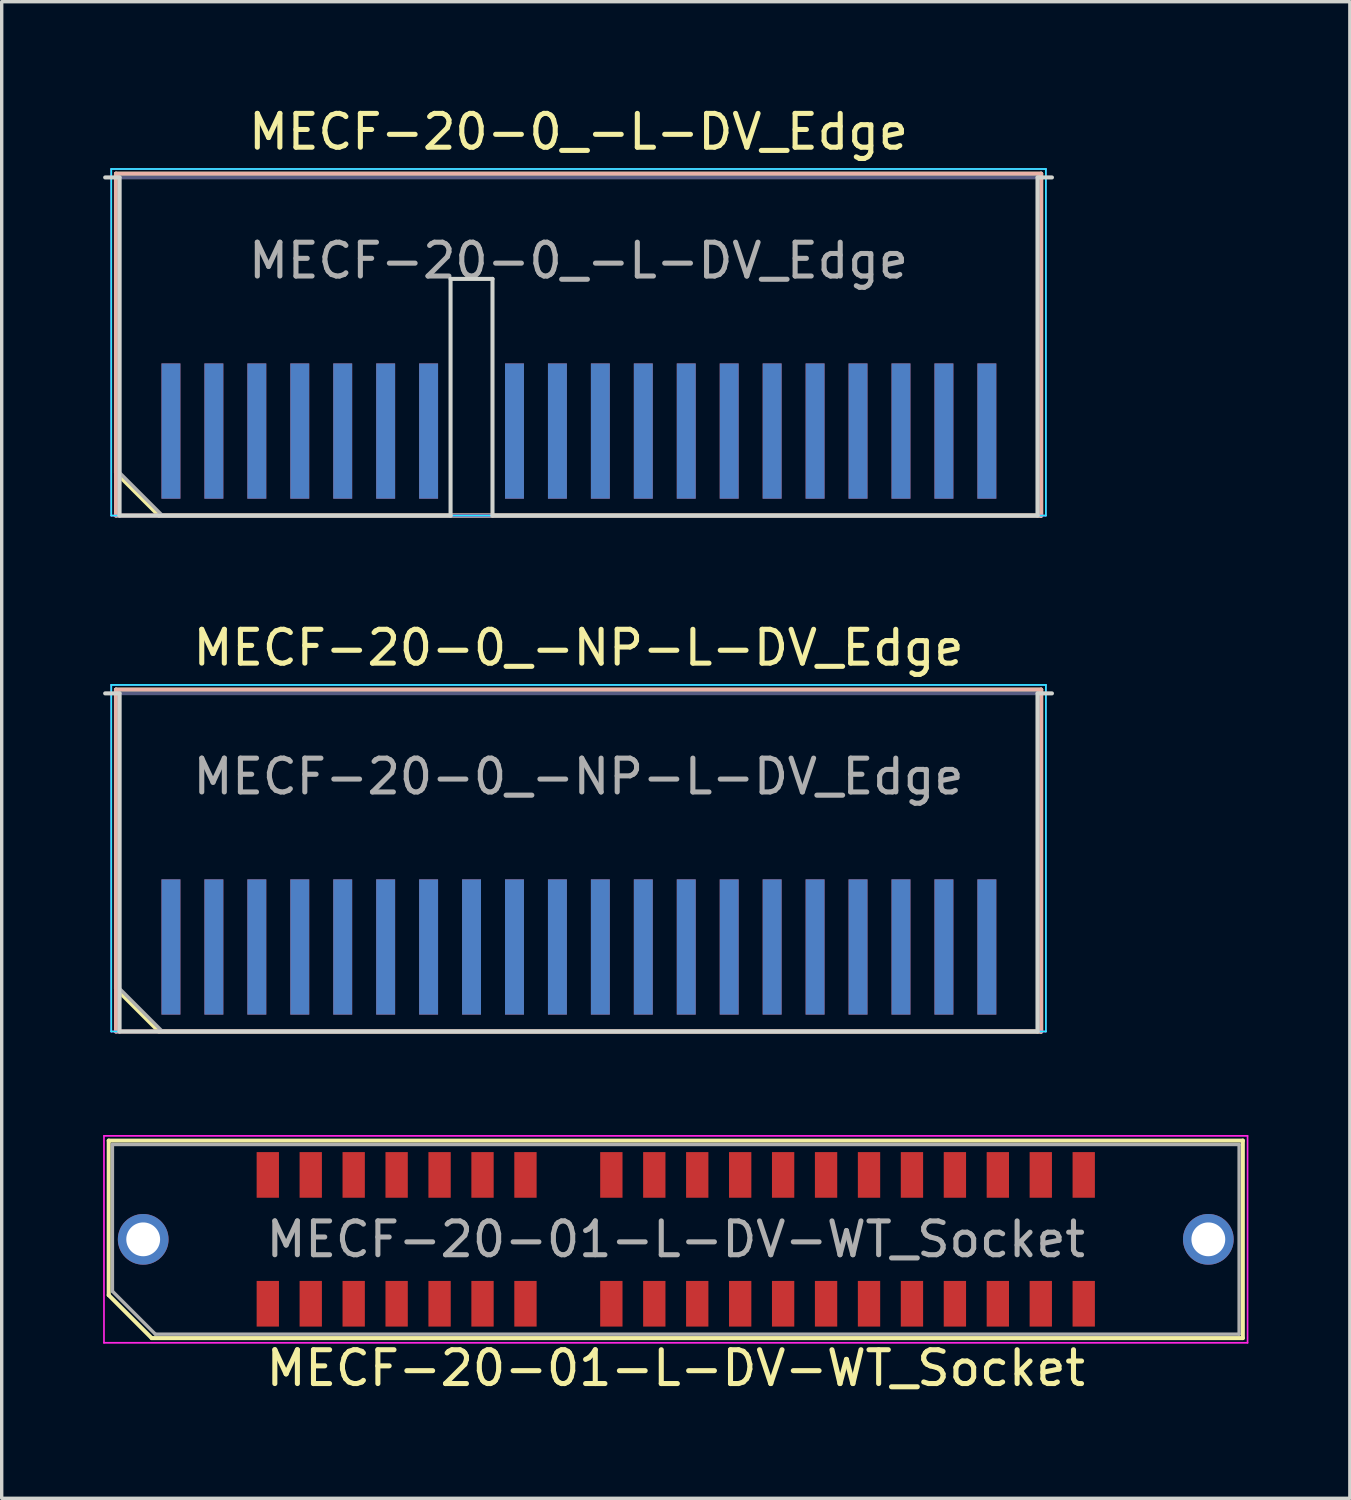
<source format=kicad_pcb>
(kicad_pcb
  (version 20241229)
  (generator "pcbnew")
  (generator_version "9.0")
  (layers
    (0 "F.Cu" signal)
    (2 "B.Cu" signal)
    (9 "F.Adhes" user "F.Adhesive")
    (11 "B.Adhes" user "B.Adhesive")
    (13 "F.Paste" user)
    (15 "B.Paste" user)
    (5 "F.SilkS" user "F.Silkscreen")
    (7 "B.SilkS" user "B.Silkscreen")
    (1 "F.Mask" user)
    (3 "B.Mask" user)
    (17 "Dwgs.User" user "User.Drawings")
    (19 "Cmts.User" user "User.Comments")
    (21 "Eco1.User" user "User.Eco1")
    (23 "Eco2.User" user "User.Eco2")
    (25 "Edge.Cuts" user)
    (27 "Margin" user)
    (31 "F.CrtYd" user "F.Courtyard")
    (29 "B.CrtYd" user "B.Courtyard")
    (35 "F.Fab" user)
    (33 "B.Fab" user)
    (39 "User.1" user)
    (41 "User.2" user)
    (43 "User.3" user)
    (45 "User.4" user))
  (footprint "MECF-20-0_-NP-L-DV_Edge"
    (layer "F.Cu")
    (at 14.06 22.456)
    (property "Reference" "MECF-20-0_-NP-L-DV_Edge" (at 0 -6.35 0) (layer "F.SilkS") (effects (font (size 1 1) (thickness 0.15))))
    (attr exclude_from_pos_files exclude_from_bom)
    (fp_line (start -13.68 -5.11) (end 13.68 -5.11) (stroke (width 0.12) (type solid)) (layer "F.SilkS"))
    (fp_line (start -13.68 3.73) (end -13.68 -5.11) (stroke (width 0.12) (type solid)) (layer "F.SilkS"))
    (fp_line (start -12.41 5) (end -13.68 3.73) (stroke (width 0.12) (type solid)) (layer "F.SilkS"))
    (fp_line (start -12.41 5) (end 13.68 5) (stroke (width 0.12) (type solid)) (layer "F.SilkS"))
    (fp_line (start 13.68 5) (end 13.68 -5.11) (stroke (width 0.12) (type solid)) (layer "F.SilkS"))
    (fp_line (start -13.68 -5.11) (end 13.68 -5.11) (stroke (width 0.12) (type solid)) (layer "B.SilkS"))
    (fp_line (start -13.68 5) (end -13.68 -5.11) (stroke (width 0.12) (type solid)) (layer "B.SilkS"))
    (fp_line (start -13.68 5) (end 13.68 5) (stroke (width 0.12) (type solid)) (layer "B.SilkS"))
    (fp_line (start 13.68 5) (end 13.68 -5.11) (stroke (width 0.12) (type solid)) (layer "B.SilkS"))
    (fp_line (start -14 -5) (end -13.575 -5) (stroke (width 0.12) (type solid)) (layer "Edge.Cuts"))
    (fp_line (start -13.575 5) (end -13.575 -5) (stroke (width 0.12) (type solid)) (layer "Edge.Cuts"))
    (fp_line (start -13.575 5) (end 13.575 5) (stroke (width 0.12) (type solid)) (layer "Edge.Cuts"))
    (fp_line (start 13.575 5) (end 13.575 -5) (stroke (width 0.12) (type solid)) (layer "Edge.Cuts"))
    (fp_line (start 14 -5) (end 13.575 -5) (stroke (width 0.12) (type solid)) (layer "Edge.Cuts"))
    (fp_line (start -13.82 -5.25) (end -13.82 5) (stroke (width 0.05) (type solid)) (layer "B.CrtYd"))
    (fp_line (start -13.82 5) (end 13.82 5) (stroke (width 0.05) (type solid)) (layer "B.CrtYd"))
    (fp_line (start 13.82 -5.25) (end -13.82 -5.25) (stroke (width 0.05) (type solid)) (layer "B.CrtYd"))
    (fp_line (start 13.82 5) (end 13.82 -5.25) (stroke (width 0.05) (type solid)) (layer "B.CrtYd"))
    (fp_line (start -13.82 -5.25) (end -13.82 5) (stroke (width 0.05) (type solid)) (layer "F.CrtYd"))
    (fp_line (start -13.82 5) (end 13.82 5) (stroke (width 0.05) (type solid)) (layer "F.CrtYd"))
    (fp_line (start 13.82 -5.25) (end -13.82 -5.25) (stroke (width 0.05) (type solid)) (layer "F.CrtYd"))
    (fp_line (start 13.82 5) (end 13.82 -5.25) (stroke (width 0.05) (type solid)) (layer "F.CrtYd"))
    (fp_line (start -13.575 -5) (end 13.575 -5) (stroke (width 0.1) (type solid)) (layer "B.Fab"))
    (fp_line (start -13.575 5) (end -13.575 -5) (stroke (width 0.1) (type solid)) (layer "B.Fab"))
    (fp_line (start -13.575 5) (end 13.575 5) (stroke (width 0.1) (type solid)) (layer "B.Fab"))
    (fp_line (start 13.575 5) (end 13.575 -5) (stroke (width 0.1) (type solid)) (layer "B.Fab"))
    (fp_line (start -13.575 -5) (end 13.575 -5) (stroke (width 0.1) (type solid)) (layer "F.Fab"))
    (fp_line (start -13.575 3.73) (end -13.575 -5) (stroke (width 0.1) (type solid)) (layer "F.Fab"))
    (fp_line (start -13.575 3.73) (end -12.305 5) (stroke (width 0.1) (type solid)) (layer "F.Fab"))
    (fp_line (start -12.305 5) (end 13.575 5) (stroke (width 0.1) (type solid)) (layer "F.Fab"))
    (fp_line (start 13.575 5) (end 13.575 -5) (stroke (width 0.1) (type solid)) (layer "F.Fab"))
    (fp_text user "${REFERENCE}" (at 0 -2.54 0) (layer "F.Fab") (effects (font (size 1 1) (thickness 0.15))))
    (pad "1" smd rect (at -12.055 2.5) (size 0.56 4) (layers "F.Cu" "F.Mask" "F.Paste"))
    (pad "2" smd rect (at -12.055 2.5) (size 0.56 4) (layers "B.Cu" "B.Mask" "B.Paste"))
    (pad "3" smd rect (at -10.785 2.5) (size 0.56 4) (layers "F.Cu" "F.Mask" "F.Paste"))
    (pad "4" smd rect (at -10.785 2.5) (size 0.56 4) (layers "B.Cu" "B.Mask" "B.Paste"))
    (pad "5" smd rect (at -9.515 2.5) (size 0.56 4) (layers "F.Cu" "F.Mask" "F.Paste"))
    (pad "6" smd rect (at -9.515 2.5) (size 0.56 4) (layers "B.Cu" "B.Mask" "B.Paste"))
    (pad "7" smd rect (at -8.245 2.5) (size 0.56 4) (layers "F.Cu" "F.Mask" "F.Paste"))
    (pad "8" smd rect (at -8.245 2.5) (size 0.56 4) (layers "B.Cu" "B.Mask" "B.Paste"))
    (pad "9" smd rect (at -6.975 2.5) (size 0.56 4) (layers "F.Cu" "F.Mask" "F.Paste"))
    (pad "10" smd rect (at -6.975 2.5) (size 0.56 4) (layers "B.Cu" "B.Mask" "B.Paste"))
    (pad "11" smd rect (at -5.705 2.5) (size 0.56 4) (layers "F.Cu" "F.Mask" "F.Paste"))
    (pad "12" smd rect (at -5.705 2.5) (size 0.56 4) (layers "B.Cu" "B.Mask" "B.Paste"))
    (pad "13" smd rect (at -4.435 2.5) (size 0.56 4) (layers "F.Cu" "F.Mask" "F.Paste"))
    (pad "14" smd rect (at -4.435 2.5) (size 0.56 4) (layers "B.Cu" "B.Mask" "B.Paste"))
    (pad "15" smd rect (at -3.165 2.5) (size 0.56 4) (layers "F.Cu" "F.Mask" "F.Paste"))
    (pad "16" smd rect (at -3.165 2.5) (size 0.56 4) (layers "B.Cu" "B.Mask" "B.Paste"))
    (pad "17" smd rect (at -1.895 2.5) (size 0.56 4) (layers "F.Cu" "F.Mask" "F.Paste"))
    (pad "18" smd rect (at -1.895 2.5) (size 0.56 4) (layers "B.Cu" "B.Mask" "B.Paste"))
    (pad "19" smd rect (at -0.625 2.5) (size 0.56 4) (layers "F.Cu" "F.Mask" "F.Paste"))
    (pad "20" smd rect (at -0.625 2.5) (size 0.56 4) (layers "B.Cu" "B.Mask" "B.Paste"))
    (pad "21" smd rect (at 0.645 2.5) (size 0.56 4) (layers "F.Cu" "F.Mask" "F.Paste"))
    (pad "22" smd rect (at 0.645 2.5) (size 0.56 4) (layers "B.Cu" "B.Mask" "B.Paste"))
    (pad "23" smd rect (at 1.915 2.5) (size 0.56 4) (layers "F.Cu" "F.Mask" "F.Paste"))
    (pad "24" smd rect (at 1.915 2.5) (size 0.56 4) (layers "B.Cu" "B.Mask" "B.Paste"))
    (pad "25" smd rect (at 3.185 2.5) (size 0.56 4) (layers "F.Cu" "F.Mask" "F.Paste"))
    (pad "26" smd rect (at 3.185 2.5) (size 0.56 4) (layers "B.Cu" "B.Mask" "B.Paste"))
    (pad "27" smd rect (at 4.455 2.5) (size 0.56 4) (layers "F.Cu" "F.Mask" "F.Paste"))
    (pad "28" smd rect (at 4.455 2.5) (size 0.56 4) (layers "B.Cu" "B.Mask" "B.Paste"))
    (pad "29" smd rect (at 5.725 2.5) (size 0.56 4) (layers "F.Cu" "F.Mask" "F.Paste"))
    (pad "30" smd rect (at 5.725 2.5) (size 0.56 4) (layers "B.Cu" "B.Mask" "B.Paste"))
    (pad "31" smd rect (at 6.995 2.5) (size 0.56 4) (layers "F.Cu" "F.Mask" "F.Paste"))
    (pad "32" smd rect (at 6.995 2.5) (size 0.56 4) (layers "B.Cu" "B.Mask" "B.Paste"))
    (pad "33" smd rect (at 8.265 2.5) (size 0.56 4) (layers "F.Cu" "F.Mask" "F.Paste"))
    (pad "34" smd rect (at 8.265 2.5) (size 0.56 4) (layers "B.Cu" "B.Mask" "B.Paste"))
    (pad "35" smd rect (at 9.535 2.5) (size 0.56 4) (layers "F.Cu" "F.Mask" "F.Paste"))
    (pad "36" smd rect (at 9.535 2.5) (size 0.56 4) (layers "B.Cu" "B.Mask" "B.Paste"))
    (pad "37" smd rect (at 10.805 2.5) (size 0.56 4) (layers "F.Cu" "F.Mask" "F.Paste"))
    (pad "38" smd rect (at 10.805 2.5) (size 0.56 4) (layers "B.Cu" "B.Mask" "B.Paste"))
    (pad "39" smd rect (at 12.075 2.5) (size 0.56 4) (layers "F.Cu" "F.Mask" "F.Paste"))
    (pad "40" smd rect (at 12.075 2.5) (size 0.56 4) (layers "B.Cu" "B.Mask" "B.Paste")))
  (footprint "MECF-20-01-L-DV-WT_Socket"
    (layer "F.Cu")
    (at 16.935 33.602)
    (property "Reference" "MECF-20-01-L-DV-WT_Socket" (at 0 3.81 0) (layer "F.SilkS") (effects (font (size 1 1) (thickness 0.15))))
    (attr smd)
    (fp_line (start -16.77 -2.92) (end 16.77 -2.92) (stroke (width 0.12) (type solid)) (layer "F.SilkS"))
    (fp_line (start -16.77 1.65) (end -16.77 -2.92) (stroke (width 0.12) (type solid)) (layer "F.SilkS"))
    (fp_line (start -15.5 2.92) (end -16.77 1.65) (stroke (width 0.12) (type solid)) (layer "F.SilkS"))
    (fp_line (start -15.5 2.92) (end 16.77 2.92) (stroke (width 0.12) (type solid)) (layer "F.SilkS"))
    (fp_line (start 16.77 2.92) (end 16.77 -2.92) (stroke (width 0.12) (type solid)) (layer "F.SilkS"))
    (fp_line (start -16.91 -3.06) (end -16.91 3.06) (stroke (width 0.05) (type solid)) (layer "F.CrtYd"))
    (fp_line (start -16.91 3.06) (end 16.91 3.06) (stroke (width 0.05) (type solid)) (layer "F.CrtYd"))
    (fp_line (start 16.91 -3.06) (end -16.91 -3.06) (stroke (width 0.05) (type solid)) (layer "F.CrtYd"))
    (fp_line (start 16.91 3.06) (end 16.91 -3.06) (stroke (width 0.05) (type solid)) (layer "F.CrtYd"))
    (fp_line (start -16.66 -2.805) (end 16.66 -2.805) (stroke (width 0.1) (type solid)) (layer "F.Fab"))
    (fp_line (start -16.66 1.535) (end -16.66 -2.805) (stroke (width 0.1) (type solid)) (layer "F.Fab"))
    (fp_line (start -16.66 1.535) (end -15.39 2.805) (stroke (width 0.1) (type solid)) (layer "F.Fab"))
    (fp_line (start -15.39 2.805) (end 16.66 2.805) (stroke (width 0.1) (type solid)) (layer "F.Fab"))
    (fp_line (start 16.66 2.805) (end 16.66 -2.805) (stroke (width 0.1) (type solid)) (layer "F.Fab"))
    (fp_text user "${REFERENCE}" (at 0 0 0) (layer "F.Fab") (effects (font (size 1 1) (thickness 0.15))))
    (pad "" thru_hole circle (at -15.75 0) (size 1.5 1.5) (drill 1) (layers "*.Cu" "*.Mask"))
    (pad "" np_thru_hole circle (at -13.845 0) (size 0.001 0.001) (drill 1.45) (layers "*.Cu" "*.Mask"))
    (pad "" np_thru_hole circle (at 13.845 1) (size 0.001 0.001) (drill 1.45) (layers "*.Cu" "*.Mask"))
    (pad "" thru_hole circle (at 15.75 0) (size 1.5 1.5) (drill 1) (layers "*.Cu" "*.Mask"))
    (pad "1" smd rect (at -12.065 1.905) (size 0.66 1.35) (layers "F.Cu" "F.Mask" "F.Paste"))
    (pad "2" smd rect (at -12.065 -1.905) (size 0.66 1.35) (layers "F.Cu" "F.Mask" "F.Paste"))
    (pad "3" smd rect (at -10.795 1.905) (size 0.66 1.35) (layers "F.Cu" "F.Mask" "F.Paste"))
    (pad "4" smd rect (at -10.795 -1.905) (size 0.66 1.35) (layers "F.Cu" "F.Mask" "F.Paste"))
    (pad "5" smd rect (at -9.525 1.905) (size 0.66 1.35) (layers "F.Cu" "F.Mask" "F.Paste"))
    (pad "6" smd rect (at -9.525 -1.905) (size 0.66 1.35) (layers "F.Cu" "F.Mask" "F.Paste"))
    (pad "7" smd rect (at -8.255 1.905) (size 0.66 1.35) (layers "F.Cu" "F.Mask" "F.Paste"))
    (pad "8" smd rect (at -8.255 -1.905) (size 0.66 1.35) (layers "F.Cu" "F.Mask" "F.Paste"))
    (pad "9" smd rect (at -6.985 1.905) (size 0.66 1.35) (layers "F.Cu" "F.Mask" "F.Paste"))
    (pad "10" smd rect (at -6.985 -1.905) (size 0.66 1.35) (layers "F.Cu" "F.Mask" "F.Paste"))
    (pad "11" smd rect (at -5.715 1.905) (size 0.66 1.35) (layers "F.Cu" "F.Mask" "F.Paste"))
    (pad "12" smd rect (at -5.715 -1.905) (size 0.66 1.35) (layers "F.Cu" "F.Mask" "F.Paste"))
    (pad "13" smd rect (at -4.445 1.905) (size 0.66 1.35) (layers "F.Cu" "F.Mask" "F.Paste"))
    (pad "14" smd rect (at -4.445 -1.905) (size 0.66 1.35) (layers "F.Cu" "F.Mask" "F.Paste"))
    (pad "17" smd rect (at -1.905 1.905) (size 0.66 1.35) (layers "F.Cu" "F.Mask" "F.Paste"))
    (pad "18" smd rect (at -1.905 -1.905) (size 0.66 1.35) (layers "F.Cu" "F.Mask" "F.Paste"))
    (pad "19" smd rect (at -0.635 1.905) (size 0.66 1.35) (layers "F.Cu" "F.Mask" "F.Paste"))
    (pad "20" smd rect (at -0.635 -1.905) (size 0.66 1.35) (layers "F.Cu" "F.Mask" "F.Paste"))
    (pad "21" smd rect (at 0.635 1.905) (size 0.66 1.35) (layers "F.Cu" "F.Mask" "F.Paste"))
    (pad "22" smd rect (at 0.635 -1.905) (size 0.66 1.35) (layers "F.Cu" "F.Mask" "F.Paste"))
    (pad "23" smd rect (at 1.905 1.905) (size 0.66 1.35) (layers "F.Cu" "F.Mask" "F.Paste"))
    (pad "24" smd rect (at 1.905 -1.905) (size 0.66 1.35) (layers "F.Cu" "F.Mask" "F.Paste"))
    (pad "25" smd rect (at 3.175 1.905) (size 0.66 1.35) (layers "F.Cu" "F.Mask" "F.Paste"))
    (pad "26" smd rect (at 3.175 -1.905) (size 0.66 1.35) (layers "F.Cu" "F.Mask" "F.Paste"))
    (pad "27" smd rect (at 4.445 1.905) (size 0.66 1.35) (layers "F.Cu" "F.Mask" "F.Paste"))
    (pad "28" smd rect (at 4.445 -1.905) (size 0.66 1.35) (layers "F.Cu" "F.Mask" "F.Paste"))
    (pad "29" smd rect (at 5.715 1.905) (size 0.66 1.35) (layers "F.Cu" "F.Mask" "F.Paste"))
    (pad "30" smd rect (at 5.715 -1.905) (size 0.66 1.35) (layers "F.Cu" "F.Mask" "F.Paste"))
    (pad "31" smd rect (at 6.985 1.905) (size 0.66 1.35) (layers "F.Cu" "F.Mask" "F.Paste"))
    (pad "32" smd rect (at 6.985 -1.905) (size 0.66 1.35) (layers "F.Cu" "F.Mask" "F.Paste"))
    (pad "33" smd rect (at 8.255 1.905) (size 0.66 1.35) (layers "F.Cu" "F.Mask" "F.Paste"))
    (pad "34" smd rect (at 8.255 -1.905) (size 0.66 1.35) (layers "F.Cu" "F.Mask" "F.Paste"))
    (pad "35" smd rect (at 9.525 1.905) (size 0.66 1.35) (layers "F.Cu" "F.Mask" "F.Paste"))
    (pad "36" smd rect (at 9.525 -1.905) (size 0.66 1.35) (layers "F.Cu" "F.Mask" "F.Paste"))
    (pad "37" smd rect (at 10.795 1.905) (size 0.66 1.35) (layers "F.Cu" "F.Mask" "F.Paste"))
    (pad "38" smd rect (at 10.795 -1.905) (size 0.66 1.35) (layers "F.Cu" "F.Mask" "F.Paste"))
    (pad "39" smd rect (at 12.065 1.905) (size 0.66 1.35) (layers "F.Cu" "F.Mask" "F.Paste"))
    (pad "40" smd rect (at 12.065 -1.905) (size 0.66 1.35) (layers "F.Cu" "F.Mask" "F.Paste")))
  (footprint "MECF-20-0_-L-DV_Edge"
    (layer "F.Cu")
    (at 14.06 7.198)
    (property "Reference" "MECF-20-0_-L-DV_Edge" (at 0 -6.35 0) (layer "F.SilkS") (effects (font (size 1 1) (thickness 0.15))))
    (attr exclude_from_pos_files exclude_from_bom)
    (fp_line (start -13.68 -5.11) (end 13.68 -5.11) (stroke (width 0.12) (type solid)) (layer "F.SilkS"))
    (fp_line (start -13.68 3.73) (end -13.68 -5.11) (stroke (width 0.12) (type solid)) (layer "F.SilkS"))
    (fp_line (start -12.41 5) (end -13.68 3.73) (stroke (width 0.12) (type solid)) (layer "F.SilkS"))
    (fp_line (start -12.41 5) (end 13.68 5) (stroke (width 0.12) (type solid)) (layer "F.SilkS"))
    (fp_line (start 13.68 5) (end 13.68 -5.11) (stroke (width 0.12) (type solid)) (layer "F.SilkS"))
    (fp_line (start -13.68 -5.11) (end 13.68 -5.11) (stroke (width 0.12) (type solid)) (layer "B.SilkS"))
    (fp_line (start -13.68 5) (end -13.68 -5.11) (stroke (width 0.12) (type solid)) (layer "B.SilkS"))
    (fp_line (start -13.68 5) (end 13.68 5) (stroke (width 0.12) (type solid)) (layer "B.SilkS"))
    (fp_line (start 13.68 5) (end 13.68 -5.11) (stroke (width 0.12) (type solid)) (layer "B.SilkS"))
    (fp_line (start -14 -5) (end -13.575 -5) (stroke (width 0.12) (type solid)) (layer "Edge.Cuts"))
    (fp_line (start -13.575 5) (end -13.575 -5) (stroke (width 0.12) (type solid)) (layer "Edge.Cuts"))
    (fp_line (start -13.575 5) (end -3.785 5) (stroke (width 0.12) (type solid)) (layer "Edge.Cuts"))
    (fp_line (start -3.785 -2) (end -2.545 -2) (stroke (width 0.12) (type solid)) (layer "Edge.Cuts"))
    (fp_line (start -3.785 5) (end -3.785 -2) (stroke (width 0.12) (type solid)) (layer "Edge.Cuts"))
    (fp_line (start -2.545 5) (end -2.545 -2) (stroke (width 0.12) (type solid)) (layer "Edge.Cuts"))
    (fp_line (start -2.545 5) (end 13.575 5) (stroke (width 0.12) (type solid)) (layer "Edge.Cuts"))
    (fp_line (start 13.575 5) (end 13.575 -5) (stroke (width 0.12) (type solid)) (layer "Edge.Cuts"))
    (fp_line (start 14 -5) (end 13.575 -5) (stroke (width 0.12) (type solid)) (layer "Edge.Cuts"))
    (fp_line (start -13.82 -5.25) (end -13.82 5) (stroke (width 0.05) (type solid)) (layer "B.CrtYd"))
    (fp_line (start -13.82 5) (end 13.82 5) (stroke (width 0.05) (type solid)) (layer "B.CrtYd"))
    (fp_line (start 13.82 -5.25) (end -13.82 -5.25) (stroke (width 0.05) (type solid)) (layer "B.CrtYd"))
    (fp_line (start 13.82 5) (end 13.82 -5.25) (stroke (width 0.05) (type solid)) (layer "B.CrtYd"))
    (fp_line (start -13.82 -5.25) (end -13.82 5) (stroke (width 0.05) (type solid)) (layer "F.CrtYd"))
    (fp_line (start -13.82 5) (end 13.82 5) (stroke (width 0.05) (type solid)) (layer "F.CrtYd"))
    (fp_line (start 13.82 -5.25) (end -13.82 -5.25) (stroke (width 0.05) (type solid)) (layer "F.CrtYd"))
    (fp_line (start 13.82 5) (end 13.82 -5.25) (stroke (width 0.05) (type solid)) (layer "F.CrtYd"))
    (fp_line (start -13.575 -5) (end 13.575 -5) (stroke (width 0.1) (type solid)) (layer "B.Fab"))
    (fp_line (start -13.575 5) (end -13.575 -5) (stroke (width 0.1) (type solid)) (layer "B.Fab"))
    (fp_line (start -13.575 5) (end 13.575 5) (stroke (width 0.1) (type solid)) (layer "B.Fab"))
    (fp_line (start 13.575 5) (end 13.575 -5) (stroke (width 0.1) (type solid)) (layer "B.Fab"))
    (fp_line (start -13.575 -5) (end 13.575 -5) (stroke (width 0.1) (type solid)) (layer "F.Fab"))
    (fp_line (start -13.575 3.73) (end -13.575 -5) (stroke (width 0.1) (type solid)) (layer "F.Fab"))
    (fp_line (start -13.575 3.73) (end -12.305 5) (stroke (width 0.1) (type solid)) (layer "F.Fab"))
    (fp_line (start -12.305 5) (end 13.575 5) (stroke (width 0.1) (type solid)) (layer "F.Fab"))
    (fp_line (start 13.575 5) (end 13.575 -5) (stroke (width 0.1) (type solid)) (layer "F.Fab"))
    (fp_text user "${REFERENCE}" (at 0 -2.54 0) (layer "F.Fab") (effects (font (size 1 1) (thickness 0.15))))
    (pad "1" smd rect (at -12.055 2.5) (size 0.56 4) (layers "F.Cu" "F.Mask" "F.Paste"))
    (pad "2" smd rect (at -12.055 2.5) (size 0.56 4) (layers "B.Cu" "B.Mask" "B.Paste"))
    (pad "3" smd rect (at -10.785 2.5) (size 0.56 4) (layers "F.Cu" "F.Mask" "F.Paste"))
    (pad "4" smd rect (at -10.785 2.5) (size 0.56 4) (layers "B.Cu" "B.Mask" "B.Paste"))
    (pad "5" smd rect (at -9.515 2.5) (size 0.56 4) (layers "F.Cu" "F.Mask" "F.Paste"))
    (pad "6" smd rect (at -9.515 2.5) (size 0.56 4) (layers "B.Cu" "B.Mask" "B.Paste"))
    (pad "7" smd rect (at -8.245 2.5) (size 0.56 4) (layers "F.Cu" "F.Mask" "F.Paste"))
    (pad "8" smd rect (at -8.245 2.5) (size 0.56 4) (layers "B.Cu" "B.Mask" "B.Paste"))
    (pad "9" smd rect (at -6.975 2.5) (size 0.56 4) (layers "F.Cu" "F.Mask" "F.Paste"))
    (pad "10" smd rect (at -6.975 2.5) (size 0.56 4) (layers "B.Cu" "B.Mask" "B.Paste"))
    (pad "11" smd rect (at -5.705 2.5) (size 0.56 4) (layers "F.Cu" "F.Mask" "F.Paste"))
    (pad "12" smd rect (at -5.705 2.5) (size 0.56 4) (layers "B.Cu" "B.Mask" "B.Paste"))
    (pad "13" smd rect (at -4.435 2.5) (size 0.56 4) (layers "F.Cu" "F.Mask" "F.Paste"))
    (pad "14" smd rect (at -4.435 2.5) (size 0.56 4) (layers "B.Cu" "B.Mask" "B.Paste"))
    (pad "17" smd rect (at -1.895 2.5) (size 0.56 4) (layers "F.Cu" "F.Mask" "F.Paste"))
    (pad "18" smd rect (at -1.895 2.5) (size 0.56 4) (layers "B.Cu" "B.Mask" "B.Paste"))
    (pad "19" smd rect (at -0.625 2.5) (size 0.56 4) (layers "F.Cu" "F.Mask" "F.Paste"))
    (pad "20" smd rect (at -0.625 2.5) (size 0.56 4) (layers "B.Cu" "B.Mask" "B.Paste"))
    (pad "21" smd rect (at 0.645 2.5) (size 0.56 4) (layers "F.Cu" "F.Mask" "F.Paste"))
    (pad "22" smd rect (at 0.645 2.5) (size 0.56 4) (layers "B.Cu" "B.Mask" "B.Paste"))
    (pad "23" smd rect (at 1.915 2.5) (size 0.56 4) (layers "F.Cu" "F.Mask" "F.Paste"))
    (pad "24" smd rect (at 1.915 2.5) (size 0.56 4) (layers "B.Cu" "B.Mask" "B.Paste"))
    (pad "25" smd rect (at 3.185 2.5) (size 0.56 4) (layers "F.Cu" "F.Mask" "F.Paste"))
    (pad "26" smd rect (at 3.185 2.5) (size 0.56 4) (layers "B.Cu" "B.Mask" "B.Paste"))
    (pad "27" smd rect (at 4.455 2.5) (size 0.56 4) (layers "F.Cu" "F.Mask" "F.Paste"))
    (pad "28" smd rect (at 4.455 2.5) (size 0.56 4) (layers "B.Cu" "B.Mask" "B.Paste"))
    (pad "29" smd rect (at 5.725 2.5) (size 0.56 4) (layers "F.Cu" "F.Mask" "F.Paste"))
    (pad "30" smd rect (at 5.725 2.5) (size 0.56 4) (layers "B.Cu" "B.Mask" "B.Paste"))
    (pad "31" smd rect (at 6.995 2.5) (size 0.56 4) (layers "F.Cu" "F.Mask" "F.Paste"))
    (pad "32" smd rect (at 6.995 2.5) (size 0.56 4) (layers "B.Cu" "B.Mask" "B.Paste"))
    (pad "33" smd rect (at 8.265 2.5) (size 0.56 4) (layers "F.Cu" "F.Mask" "F.Paste"))
    (pad "34" smd rect (at 8.265 2.5) (size 0.56 4) (layers "B.Cu" "B.Mask" "B.Paste"))
    (pad "35" smd rect (at 9.535 2.5) (size 0.56 4) (layers "F.Cu" "F.Mask" "F.Paste"))
    (pad "36" smd rect (at 9.535 2.5) (size 0.56 4) (layers "B.Cu" "B.Mask" "B.Paste"))
    (pad "37" smd rect (at 10.805 2.5) (size 0.56 4) (layers "F.Cu" "F.Mask" "F.Paste"))
    (pad "38" smd rect (at 10.805 2.5) (size 0.56 4) (layers "B.Cu" "B.Mask" "B.Paste"))
    (pad "39" smd rect (at 12.075 2.5) (size 0.56 4) (layers "F.Cu" "F.Mask" "F.Paste"))
    (pad "40" smd rect (at 12.075 2.5) (size 0.56 4) (layers "B.Cu" "B.Mask" "B.Paste")))
  (gr_rect
    (start -3 -3)
    (end 36.87 41.26)
    (stroke (width 0.1) (type default))
    (fill no)
    (layer "Edge.Cuts")))
</source>
